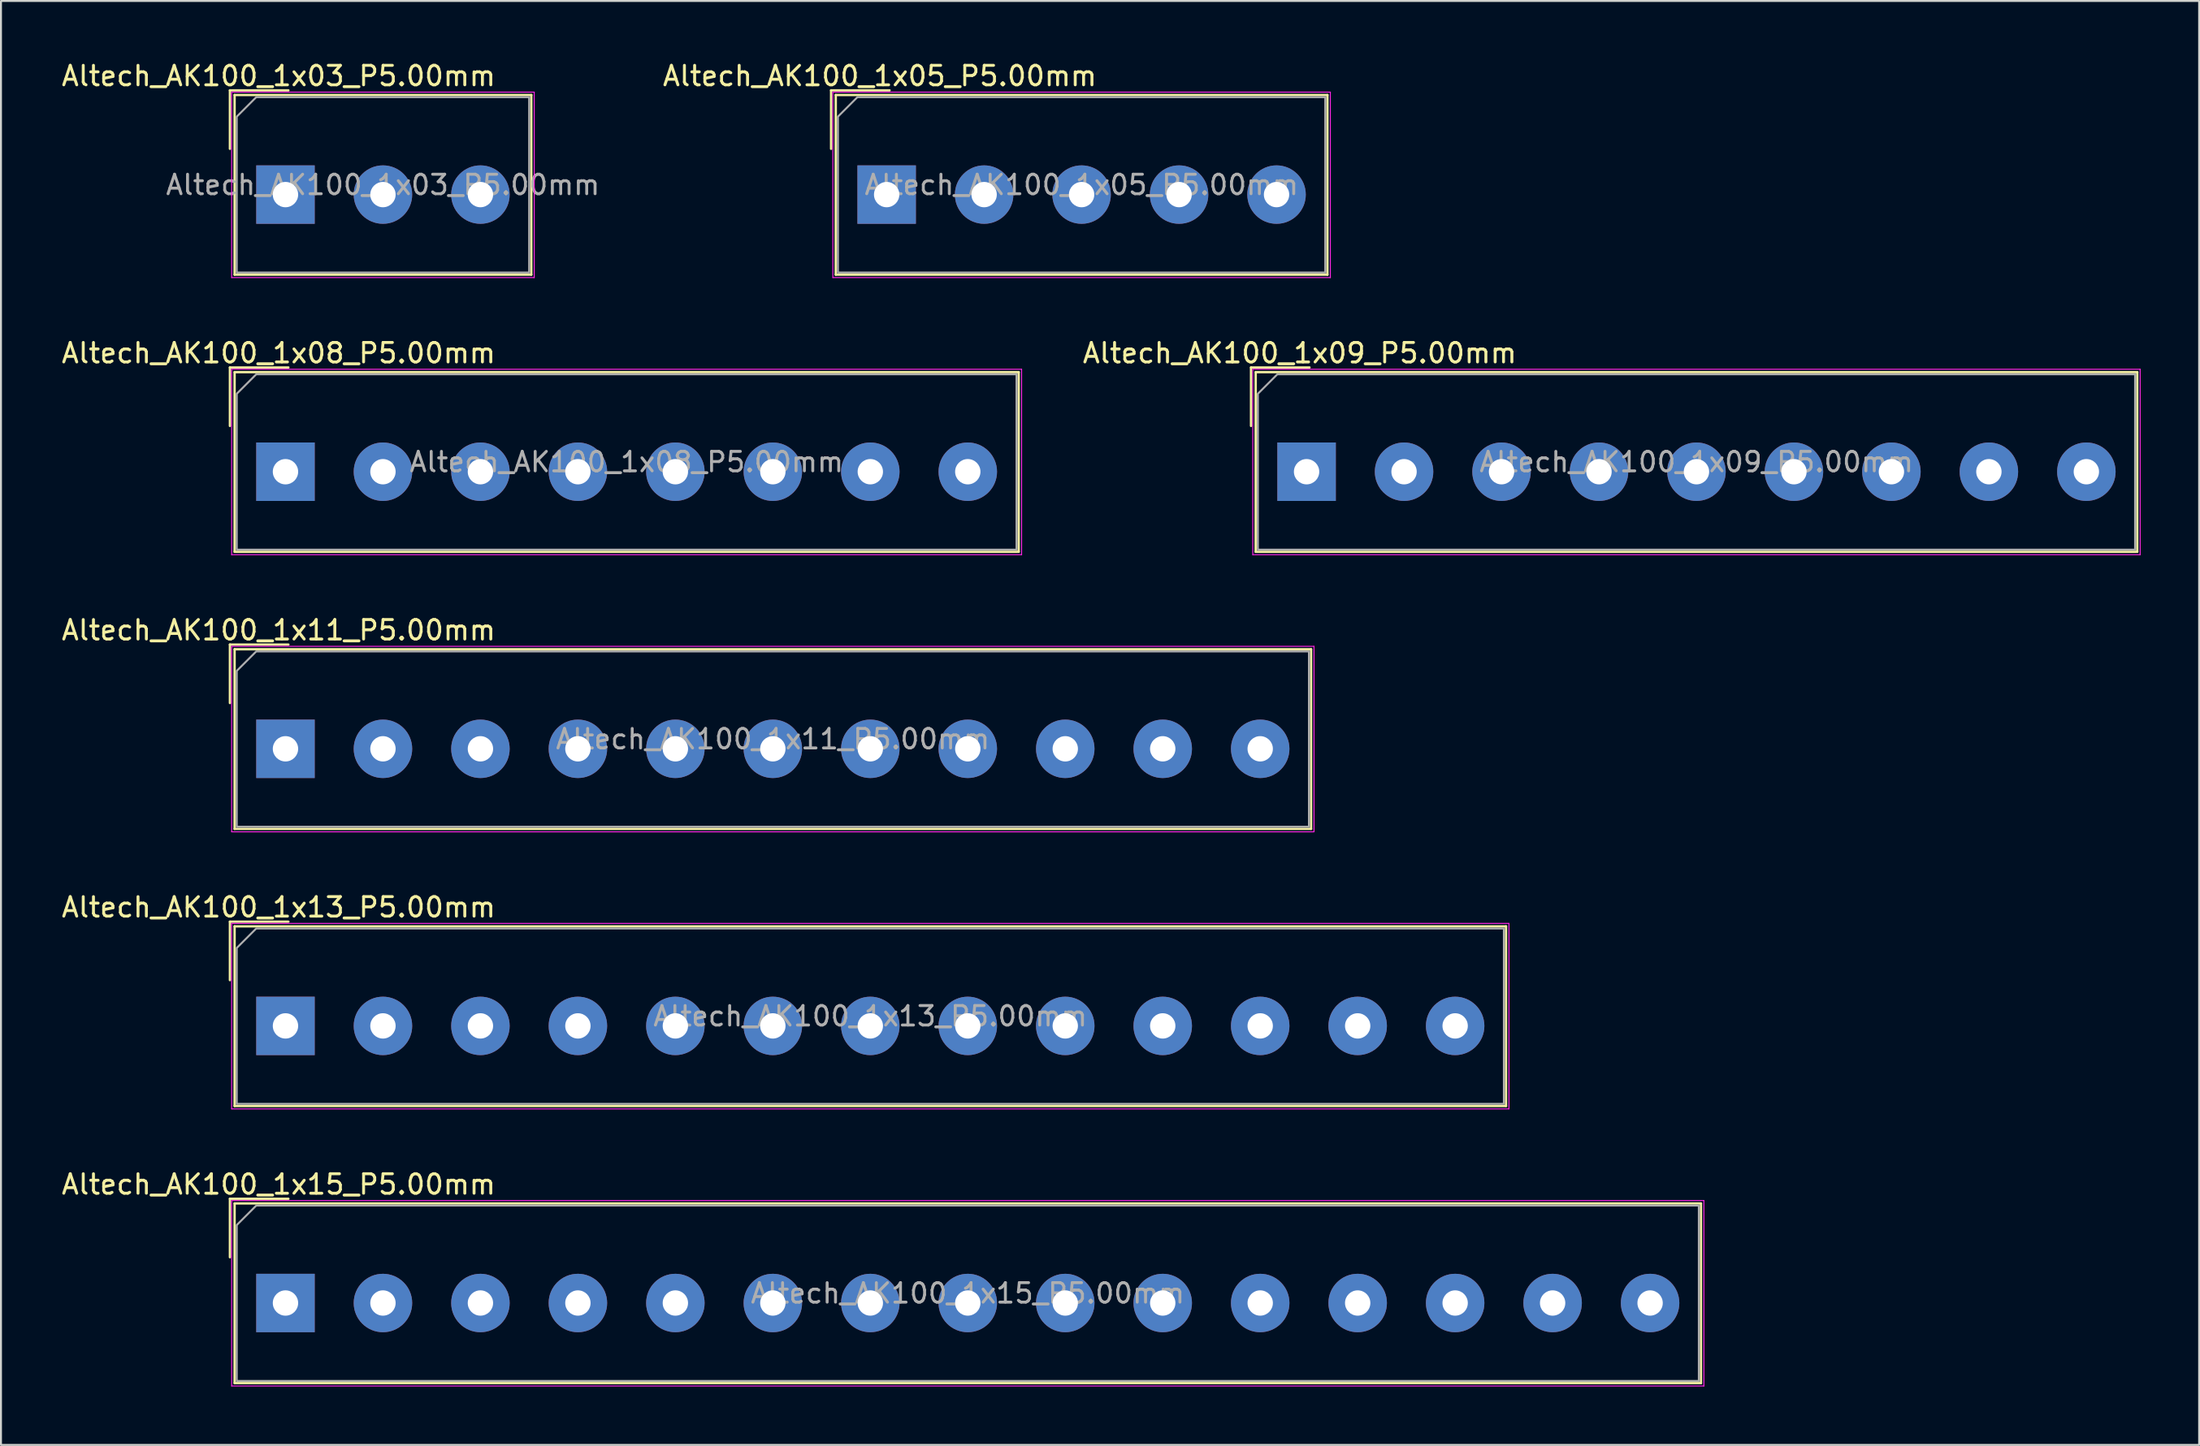
<source format=kicad_pcb>
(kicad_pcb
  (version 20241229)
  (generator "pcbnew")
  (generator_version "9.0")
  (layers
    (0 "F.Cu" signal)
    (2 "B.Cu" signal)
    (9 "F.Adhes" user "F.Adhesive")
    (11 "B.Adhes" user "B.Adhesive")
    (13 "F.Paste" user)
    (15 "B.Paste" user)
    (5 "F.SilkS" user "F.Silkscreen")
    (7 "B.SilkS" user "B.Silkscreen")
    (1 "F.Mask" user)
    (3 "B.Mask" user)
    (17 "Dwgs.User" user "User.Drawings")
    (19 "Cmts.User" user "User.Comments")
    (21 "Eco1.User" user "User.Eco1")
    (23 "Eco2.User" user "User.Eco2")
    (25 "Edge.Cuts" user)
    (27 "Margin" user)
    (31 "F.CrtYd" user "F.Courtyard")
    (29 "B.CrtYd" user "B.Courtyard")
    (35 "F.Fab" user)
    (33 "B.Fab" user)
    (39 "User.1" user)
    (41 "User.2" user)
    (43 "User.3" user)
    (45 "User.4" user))
  (footprint "Altech_AK100_1x13_P5.00mm"
    (layer "F.Cu")
    (at 11.594 49.608)
    (property "Reference" "Altech_AK100_1x13_P5.00mm" (at -0.35 -6.09 0) (layer "F.SilkS") (effects (font (size 1 1) (thickness 0.15))))
    (attr through_hole)
    (fp_line (start -2.85 -5.35) (end 0.15 -5.35) (stroke (width 0.12) (type solid)) (layer "F.SilkS"))
    (fp_line (start -2.85 -2.35) (end -2.85 -5.35) (stroke (width 0.12) (type solid)) (layer "F.SilkS"))
    (fp_line (start -2.61 -5.11) (end -2.61 4.11) (stroke (width 0.12) (type solid)) (layer "F.SilkS"))
    (fp_line (start -2.61 -5.11) (end 62.61 -5.11) (stroke (width 0.12) (type solid)) (layer "F.SilkS"))
    (fp_line (start -2.61 4.11) (end 62.61 4.11) (stroke (width 0.12) (type solid)) (layer "F.SilkS"))
    (fp_line (start 62.61 -5.11) (end 62.61 4.11) (stroke (width 0.12) (type solid)) (layer "F.SilkS"))
    (fp_line (start -2.76 -5.26) (end -2.76 4.26) (stroke (width 0.05) (type solid)) (layer "F.CrtYd"))
    (fp_line (start -2.76 4.26) (end 62.76 4.26) (stroke (width 0.05) (type solid)) (layer "F.CrtYd"))
    (fp_line (start 62.76 -5.26) (end -2.76 -5.26) (stroke (width 0.05) (type solid)) (layer "F.CrtYd"))
    (fp_line (start 62.76 4.26) (end 62.76 -5.26) (stroke (width 0.05) (type solid)) (layer "F.CrtYd"))
    (fp_poly (pts (xy -2.5 -4) (xy -2.5 4) (xy 62.5 4) (xy 62.5 -5) (xy -1.5 -5)) (stroke (width 0.1) (type solid)) (fill no) (layer "F.Fab"))
    (fp_text user "${REFERENCE}" (at 30 -0.5 0) (layer "F.Fab") (effects (font (size 1 1) (thickness 0.15))))
    (pad "1" thru_hole rect (at 0 0) (size 3 3) (drill 1.3) (layers "*.Cu" "*.Mask"))
    (pad "2" thru_hole circle (at 5 0) (size 3 3) (drill 1.3) (layers "*.Cu" "*.Mask"))
    (pad "3" thru_hole circle (at 10 0) (size 3 3) (drill 1.3) (layers "*.Cu" "*.Mask"))
    (pad "4" thru_hole circle (at 15 0) (size 3 3) (drill 1.3) (layers "*.Cu" "*.Mask"))
    (pad "5" thru_hole circle (at 20 0) (size 3 3) (drill 1.3) (layers "*.Cu" "*.Mask"))
    (pad "6" thru_hole circle (at 25 0) (size 3 3) (drill 1.3) (layers "*.Cu" "*.Mask"))
    (pad "7" thru_hole circle (at 30 0) (size 3 3) (drill 1.3) (layers "*.Cu" "*.Mask"))
    (pad "8" thru_hole circle (at 35 0) (size 3 3) (drill 1.3) (layers "*.Cu" "*.Mask"))
    (pad "9" thru_hole circle (at 40 0) (size 3 3) (drill 1.3) (layers "*.Cu" "*.Mask"))
    (pad "10" thru_hole circle (at 45 0) (size 3 3) (drill 1.3) (layers "*.Cu" "*.Mask"))
    (pad "11" thru_hole circle (at 50 0) (size 3 3) (drill 1.3) (layers "*.Cu" "*.Mask"))
    (pad "12" thru_hole circle (at 55 0) (size 3 3) (drill 1.3) (layers "*.Cu" "*.Mask"))
    (pad "13" thru_hole circle (at 60 0) (size 3 3) (drill 1.3) (layers "*.Cu" "*.Mask")))
  (footprint "Altech_AK100_1x09_P5.00mm"
    (layer "F.Cu")
    (at 63.973 21.162)
    (property "Reference" "Altech_AK100_1x09_P5.00mm" (at -0.35 -6.09 0) (layer "F.SilkS") (effects (font (size 1 1) (thickness 0.15))))
    (attr through_hole)
    (fp_line (start -2.85 -5.35) (end 0.15 -5.35) (stroke (width 0.12) (type solid)) (layer "F.SilkS"))
    (fp_line (start -2.85 -2.35) (end -2.85 -5.35) (stroke (width 0.12) (type solid)) (layer "F.SilkS"))
    (fp_line (start -2.61 -5.11) (end -2.61 4.11) (stroke (width 0.12) (type solid)) (layer "F.SilkS"))
    (fp_line (start -2.61 -5.11) (end 42.61 -5.11) (stroke (width 0.12) (type solid)) (layer "F.SilkS"))
    (fp_line (start -2.61 4.11) (end 42.61 4.11) (stroke (width 0.12) (type solid)) (layer "F.SilkS"))
    (fp_line (start 42.61 -5.11) (end 42.61 4.11) (stroke (width 0.12) (type solid)) (layer "F.SilkS"))
    (fp_line (start -2.76 -5.26) (end -2.76 4.26) (stroke (width 0.05) (type solid)) (layer "F.CrtYd"))
    (fp_line (start -2.76 4.26) (end 42.76 4.26) (stroke (width 0.05) (type solid)) (layer "F.CrtYd"))
    (fp_line (start 42.76 -5.26) (end -2.76 -5.26) (stroke (width 0.05) (type solid)) (layer "F.CrtYd"))
    (fp_line (start 42.76 4.26) (end 42.76 -5.26) (stroke (width 0.05) (type solid)) (layer "F.CrtYd"))
    (fp_poly (pts (xy -2.5 -4) (xy -2.5 4) (xy 42.5 4) (xy 42.5 -5) (xy -1.5 -5)) (stroke (width 0.1) (type solid)) (fill no) (layer "F.Fab"))
    (fp_text user "${REFERENCE}" (at 20 -0.5 0) (layer "F.Fab") (effects (font (size 1 1) (thickness 0.15))))
    (pad "1" thru_hole rect (at 0 0) (size 3 3) (drill 1.3) (layers "*.Cu" "*.Mask"))
    (pad "2" thru_hole circle (at 5 0) (size 3 3) (drill 1.3) (layers "*.Cu" "*.Mask"))
    (pad "3" thru_hole circle (at 10 0) (size 3 3) (drill 1.3) (layers "*.Cu" "*.Mask"))
    (pad "4" thru_hole circle (at 15 0) (size 3 3) (drill 1.3) (layers "*.Cu" "*.Mask"))
    (pad "5" thru_hole circle (at 20 0) (size 3 3) (drill 1.3) (layers "*.Cu" "*.Mask"))
    (pad "6" thru_hole circle (at 25 0) (size 3 3) (drill 1.3) (layers "*.Cu" "*.Mask"))
    (pad "7" thru_hole circle (at 30 0) (size 3 3) (drill 1.3) (layers "*.Cu" "*.Mask"))
    (pad "8" thru_hole circle (at 35 0) (size 3 3) (drill 1.3) (layers "*.Cu" "*.Mask"))
    (pad "9" thru_hole circle (at 40 0) (size 3 3) (drill 1.3) (layers "*.Cu" "*.Mask")))
  (footprint "Altech_AK100_1x05_P5.00mm"
    (layer "F.Cu")
    (at 42.432 6.938)
    (property "Reference" "Altech_AK100_1x05_P5.00mm" (at -0.35 -6.09 0) (layer "F.SilkS") (effects (font (size 1 1) (thickness 0.15))))
    (attr through_hole)
    (fp_line (start -2.85 -5.35) (end 0.15 -5.35) (stroke (width 0.12) (type solid)) (layer "F.SilkS"))
    (fp_line (start -2.85 -2.35) (end -2.85 -5.35) (stroke (width 0.12) (type solid)) (layer "F.SilkS"))
    (fp_line (start -2.61 -5.11) (end -2.61 4.11) (stroke (width 0.12) (type solid)) (layer "F.SilkS"))
    (fp_line (start -2.61 -5.11) (end 22.61 -5.11) (stroke (width 0.12) (type solid)) (layer "F.SilkS"))
    (fp_line (start -2.61 4.11) (end 22.61 4.11) (stroke (width 0.12) (type solid)) (layer "F.SilkS"))
    (fp_line (start 22.61 -5.11) (end 22.61 4.11) (stroke (width 0.12) (type solid)) (layer "F.SilkS"))
    (fp_line (start -2.76 -5.26) (end -2.76 4.26) (stroke (width 0.05) (type solid)) (layer "F.CrtYd"))
    (fp_line (start -2.76 4.26) (end 22.76 4.26) (stroke (width 0.05) (type solid)) (layer "F.CrtYd"))
    (fp_line (start 22.76 -5.26) (end -2.76 -5.26) (stroke (width 0.05) (type solid)) (layer "F.CrtYd"))
    (fp_line (start 22.76 4.26) (end 22.76 -5.26) (stroke (width 0.05) (type solid)) (layer "F.CrtYd"))
    (fp_poly (pts (xy -2.5 -4) (xy -2.5 4) (xy 22.5 4) (xy 22.5 -5) (xy -1.5 -5)) (stroke (width 0.1) (type solid)) (fill no) (layer "F.Fab"))
    (fp_text user "${REFERENCE}" (at 10 -0.5 0) (layer "F.Fab") (effects (font (size 1 1) (thickness 0.15))))
    (pad "1" thru_hole rect (at 0 0) (size 3 3) (drill 1.3) (layers "*.Cu" "*.Mask"))
    (pad "2" thru_hole circle (at 5 0) (size 3 3) (drill 1.3) (layers "*.Cu" "*.Mask"))
    (pad "3" thru_hole circle (at 10 0) (size 3 3) (drill 1.3) (layers "*.Cu" "*.Mask"))
    (pad "4" thru_hole circle (at 15 0) (size 3 3) (drill 1.3) (layers "*.Cu" "*.Mask"))
    (pad "5" thru_hole circle (at 20 0) (size 3 3) (drill 1.3) (layers "*.Cu" "*.Mask")))
  (footprint "Altech_AK100_1x15_P5.00mm"
    (layer "F.Cu")
    (at 11.594 63.831)
    (property "Reference" "Altech_AK100_1x15_P5.00mm" (at -0.35 -6.09 0) (layer "F.SilkS") (effects (font (size 1 1) (thickness 0.15))))
    (attr through_hole)
    (fp_line (start -2.85 -5.35) (end 0.15 -5.35) (stroke (width 0.12) (type solid)) (layer "F.SilkS"))
    (fp_line (start -2.85 -2.35) (end -2.85 -5.35) (stroke (width 0.12) (type solid)) (layer "F.SilkS"))
    (fp_line (start -2.61 -5.11) (end -2.61 4.11) (stroke (width 0.12) (type solid)) (layer "F.SilkS"))
    (fp_line (start -2.61 -5.11) (end 72.61 -5.11) (stroke (width 0.12) (type solid)) (layer "F.SilkS"))
    (fp_line (start -2.61 4.11) (end 72.61 4.11) (stroke (width 0.12) (type solid)) (layer "F.SilkS"))
    (fp_line (start 72.61 -5.11) (end 72.61 4.11) (stroke (width 0.12) (type solid)) (layer "F.SilkS"))
    (fp_line (start -2.76 -5.26) (end -2.76 4.26) (stroke (width 0.05) (type solid)) (layer "F.CrtYd"))
    (fp_line (start -2.76 4.26) (end 72.76 4.26) (stroke (width 0.05) (type solid)) (layer "F.CrtYd"))
    (fp_line (start 72.76 -5.26) (end -2.76 -5.26) (stroke (width 0.05) (type solid)) (layer "F.CrtYd"))
    (fp_line (start 72.76 4.26) (end 72.76 -5.26) (stroke (width 0.05) (type solid)) (layer "F.CrtYd"))
    (fp_poly (pts (xy -2.5 -4) (xy -2.5 4) (xy 72.5 4) (xy 72.5 -5) (xy -1.5 -5)) (stroke (width 0.1) (type solid)) (fill no) (layer "F.Fab"))
    (fp_text user "${REFERENCE}" (at 35 -0.5 0) (layer "F.Fab") (effects (font (size 1 1) (thickness 0.15))))
    (pad "1" thru_hole rect (at 0 0) (size 3 3) (drill 1.3) (layers "*.Cu" "*.Mask"))
    (pad "2" thru_hole circle (at 5 0) (size 3 3) (drill 1.3) (layers "*.Cu" "*.Mask"))
    (pad "3" thru_hole circle (at 10 0) (size 3 3) (drill 1.3) (layers "*.Cu" "*.Mask"))
    (pad "4" thru_hole circle (at 15 0) (size 3 3) (drill 1.3) (layers "*.Cu" "*.Mask"))
    (pad "5" thru_hole circle (at 20 0) (size 3 3) (drill 1.3) (layers "*.Cu" "*.Mask"))
    (pad "6" thru_hole circle (at 25 0) (size 3 3) (drill 1.3) (layers "*.Cu" "*.Mask"))
    (pad "7" thru_hole circle (at 30 0) (size 3 3) (drill 1.3) (layers "*.Cu" "*.Mask"))
    (pad "8" thru_hole circle (at 35 0) (size 3 3) (drill 1.3) (layers "*.Cu" "*.Mask"))
    (pad "9" thru_hole circle (at 40 0) (size 3 3) (drill 1.3) (layers "*.Cu" "*.Mask"))
    (pad "10" thru_hole circle (at 45 0) (size 3 3) (drill 1.3) (layers "*.Cu" "*.Mask"))
    (pad "11" thru_hole circle (at 50 0) (size 3 3) (drill 1.3) (layers "*.Cu" "*.Mask"))
    (pad "12" thru_hole circle (at 55 0) (size 3 3) (drill 1.3) (layers "*.Cu" "*.Mask"))
    (pad "13" thru_hole circle (at 60 0) (size 3 3) (drill 1.3) (layers "*.Cu" "*.Mask"))
    (pad "14" thru_hole circle (at 65 0) (size 3 3) (drill 1.3) (layers "*.Cu" "*.Mask"))
    (pad "15" thru_hole circle (at 70 0) (size 3 3) (drill 1.3) (layers "*.Cu" "*.Mask")))
  (footprint "Altech_AK100_1x11_P5.00mm"
    (layer "F.Cu")
    (at 11.594 35.385)
    (property "Reference" "Altech_AK100_1x11_P5.00mm" (at -0.35 -6.09 0) (layer "F.SilkS") (effects (font (size 1 1) (thickness 0.15))))
    (attr through_hole)
    (fp_line (start -2.85 -5.35) (end 0.15 -5.35) (stroke (width 0.12) (type solid)) (layer "F.SilkS"))
    (fp_line (start -2.85 -2.35) (end -2.85 -5.35) (stroke (width 0.12) (type solid)) (layer "F.SilkS"))
    (fp_line (start -2.61 -5.11) (end -2.61 4.11) (stroke (width 0.12) (type solid)) (layer "F.SilkS"))
    (fp_line (start -2.61 -5.11) (end 52.61 -5.11) (stroke (width 0.12) (type solid)) (layer "F.SilkS"))
    (fp_line (start -2.61 4.11) (end 52.61 4.11) (stroke (width 0.12) (type solid)) (layer "F.SilkS"))
    (fp_line (start 52.61 -5.11) (end 52.61 4.11) (stroke (width 0.12) (type solid)) (layer "F.SilkS"))
    (fp_line (start -2.76 -5.26) (end -2.76 4.26) (stroke (width 0.05) (type solid)) (layer "F.CrtYd"))
    (fp_line (start -2.76 4.26) (end 52.76 4.26) (stroke (width 0.05) (type solid)) (layer "F.CrtYd"))
    (fp_line (start 52.76 -5.26) (end -2.76 -5.26) (stroke (width 0.05) (type solid)) (layer "F.CrtYd"))
    (fp_line (start 52.76 4.26) (end 52.76 -5.26) (stroke (width 0.05) (type solid)) (layer "F.CrtYd"))
    (fp_poly (pts (xy -2.5 -4) (xy -2.5 4) (xy 52.5 4) (xy 52.5 -5) (xy -1.5 -5)) (stroke (width 0.1) (type solid)) (fill no) (layer "F.Fab"))
    (fp_text user "${REFERENCE}" (at 25 -0.5 0) (layer "F.Fab") (effects (font (size 1 1) (thickness 0.15))))
    (pad "1" thru_hole rect (at 0 0) (size 3 3) (drill 1.3) (layers "*.Cu" "*.Mask"))
    (pad "2" thru_hole circle (at 5 0) (size 3 3) (drill 1.3) (layers "*.Cu" "*.Mask"))
    (pad "3" thru_hole circle (at 10 0) (size 3 3) (drill 1.3) (layers "*.Cu" "*.Mask"))
    (pad "4" thru_hole circle (at 15 0) (size 3 3) (drill 1.3) (layers "*.Cu" "*.Mask"))
    (pad "5" thru_hole circle (at 20 0) (size 3 3) (drill 1.3) (layers "*.Cu" "*.Mask"))
    (pad "6" thru_hole circle (at 25 0) (size 3 3) (drill 1.3) (layers "*.Cu" "*.Mask"))
    (pad "7" thru_hole circle (at 30 0) (size 3 3) (drill 1.3) (layers "*.Cu" "*.Mask"))
    (pad "8" thru_hole circle (at 35 0) (size 3 3) (drill 1.3) (layers "*.Cu" "*.Mask"))
    (pad "9" thru_hole circle (at 40 0) (size 3 3) (drill 1.3) (layers "*.Cu" "*.Mask"))
    (pad "10" thru_hole circle (at 45 0) (size 3 3) (drill 1.3) (layers "*.Cu" "*.Mask"))
    (pad "11" thru_hole circle (at 50 0) (size 3 3) (drill 1.3) (layers "*.Cu" "*.Mask")))
  (footprint "Altech_AK100_1x03_P5.00mm"
    (layer "F.Cu")
    (at 11.594 6.938)
    (property "Reference" "Altech_AK100_1x03_P5.00mm" (at -0.35 -6.09 0) (layer "F.SilkS") (effects (font (size 1 1) (thickness 0.15))))
    (attr through_hole)
    (fp_line (start -2.85 -5.35) (end 0.15 -5.35) (stroke (width 0.12) (type solid)) (layer "F.SilkS"))
    (fp_line (start -2.85 -2.35) (end -2.85 -5.35) (stroke (width 0.12) (type solid)) (layer "F.SilkS"))
    (fp_line (start -2.61 -5.11) (end -2.61 4.11) (stroke (width 0.12) (type solid)) (layer "F.SilkS"))
    (fp_line (start -2.61 -5.11) (end 12.61 -5.11) (stroke (width 0.12) (type solid)) (layer "F.SilkS"))
    (fp_line (start -2.61 4.11) (end 12.61 4.11) (stroke (width 0.12) (type solid)) (layer "F.SilkS"))
    (fp_line (start 12.61 -5.11) (end 12.61 4.11) (stroke (width 0.12) (type solid)) (layer "F.SilkS"))
    (fp_line (start -2.76 -5.26) (end -2.76 4.26) (stroke (width 0.05) (type solid)) (layer "F.CrtYd"))
    (fp_line (start -2.76 4.26) (end 12.76 4.26) (stroke (width 0.05) (type solid)) (layer "F.CrtYd"))
    (fp_line (start 12.76 -5.26) (end -2.76 -5.26) (stroke (width 0.05) (type solid)) (layer "F.CrtYd"))
    (fp_line (start 12.76 4.26) (end 12.76 -5.26) (stroke (width 0.05) (type solid)) (layer "F.CrtYd"))
    (fp_poly (pts (xy -2.5 -4) (xy -2.5 4) (xy 12.5 4) (xy 12.5 -5) (xy -1.5 -5)) (stroke (width 0.1) (type solid)) (fill no) (layer "F.Fab"))
    (fp_text user "${REFERENCE}" (at 5 -0.5 0) (layer "F.Fab") (effects (font (size 1 1) (thickness 0.15))))
    (pad "1" thru_hole rect (at 0 0) (size 3 3) (drill 1.3) (layers "*.Cu" "*.Mask"))
    (pad "2" thru_hole circle (at 5 0) (size 3 3) (drill 1.3) (layers "*.Cu" "*.Mask"))
    (pad "3" thru_hole circle (at 10 0) (size 3 3) (drill 1.3) (layers "*.Cu" "*.Mask")))
  (footprint "Altech_AK100_1x08_P5.00mm"
    (layer "F.Cu")
    (at 11.594 21.162)
    (property "Reference" "Altech_AK100_1x08_P5.00mm" (at -0.35 -6.09 0) (layer "F.SilkS") (effects (font (size 1 1) (thickness 0.15))))
    (attr through_hole)
    (fp_line (start -2.85 -5.35) (end 0.15 -5.35) (stroke (width 0.12) (type solid)) (layer "F.SilkS"))
    (fp_line (start -2.85 -2.35) (end -2.85 -5.35) (stroke (width 0.12) (type solid)) (layer "F.SilkS"))
    (fp_line (start -2.61 -5.11) (end -2.61 4.11) (stroke (width 0.12) (type solid)) (layer "F.SilkS"))
    (fp_line (start -2.61 -5.11) (end 37.61 -5.11) (stroke (width 0.12) (type solid)) (layer "F.SilkS"))
    (fp_line (start -2.61 4.11) (end 37.61 4.11) (stroke (width 0.12) (type solid)) (layer "F.SilkS"))
    (fp_line (start 37.61 -5.11) (end 37.61 4.11) (stroke (width 0.12) (type solid)) (layer "F.SilkS"))
    (fp_line (start -2.76 -5.26) (end -2.76 4.26) (stroke (width 0.05) (type solid)) (layer "F.CrtYd"))
    (fp_line (start -2.76 4.26) (end 37.76 4.26) (stroke (width 0.05) (type solid)) (layer "F.CrtYd"))
    (fp_line (start 37.76 -5.26) (end -2.76 -5.26) (stroke (width 0.05) (type solid)) (layer "F.CrtYd"))
    (fp_line (start 37.76 4.26) (end 37.76 -5.26) (stroke (width 0.05) (type solid)) (layer "F.CrtYd"))
    (fp_poly (pts (xy -2.5 -4) (xy -2.5 4) (xy 37.5 4) (xy 37.5 -5) (xy -1.5 -5)) (stroke (width 0.1) (type solid)) (fill no) (layer "F.Fab"))
    (fp_text user "${REFERENCE}" (at 17.5 -0.5 0) (layer "F.Fab") (effects (font (size 1 1) (thickness 0.15))))
    (pad "1" thru_hole rect (at 0 0) (size 3 3) (drill 1.3) (layers "*.Cu" "*.Mask"))
    (pad "2" thru_hole circle (at 5 0) (size 3 3) (drill 1.3) (layers "*.Cu" "*.Mask"))
    (pad "3" thru_hole circle (at 10 0) (size 3 3) (drill 1.3) (layers "*.Cu" "*.Mask"))
    (pad "4" thru_hole circle (at 15 0) (size 3 3) (drill 1.3) (layers "*.Cu" "*.Mask"))
    (pad "5" thru_hole circle (at 20 0) (size 3 3) (drill 1.3) (layers "*.Cu" "*.Mask"))
    (pad "6" thru_hole circle (at 25 0) (size 3 3) (drill 1.3) (layers "*.Cu" "*.Mask"))
    (pad "7" thru_hole circle (at 30 0) (size 3 3) (drill 1.3) (layers "*.Cu" "*.Mask"))
    (pad "8" thru_hole circle (at 35 0) (size 3 3) (drill 1.3) (layers "*.Cu" "*.Mask")))
  (gr_rect
    (start -3 -3)
    (end 109.758 71.116)
    (stroke (width 0.1) (type default))
    (fill no)
    (layer "Edge.Cuts")))
</source>
